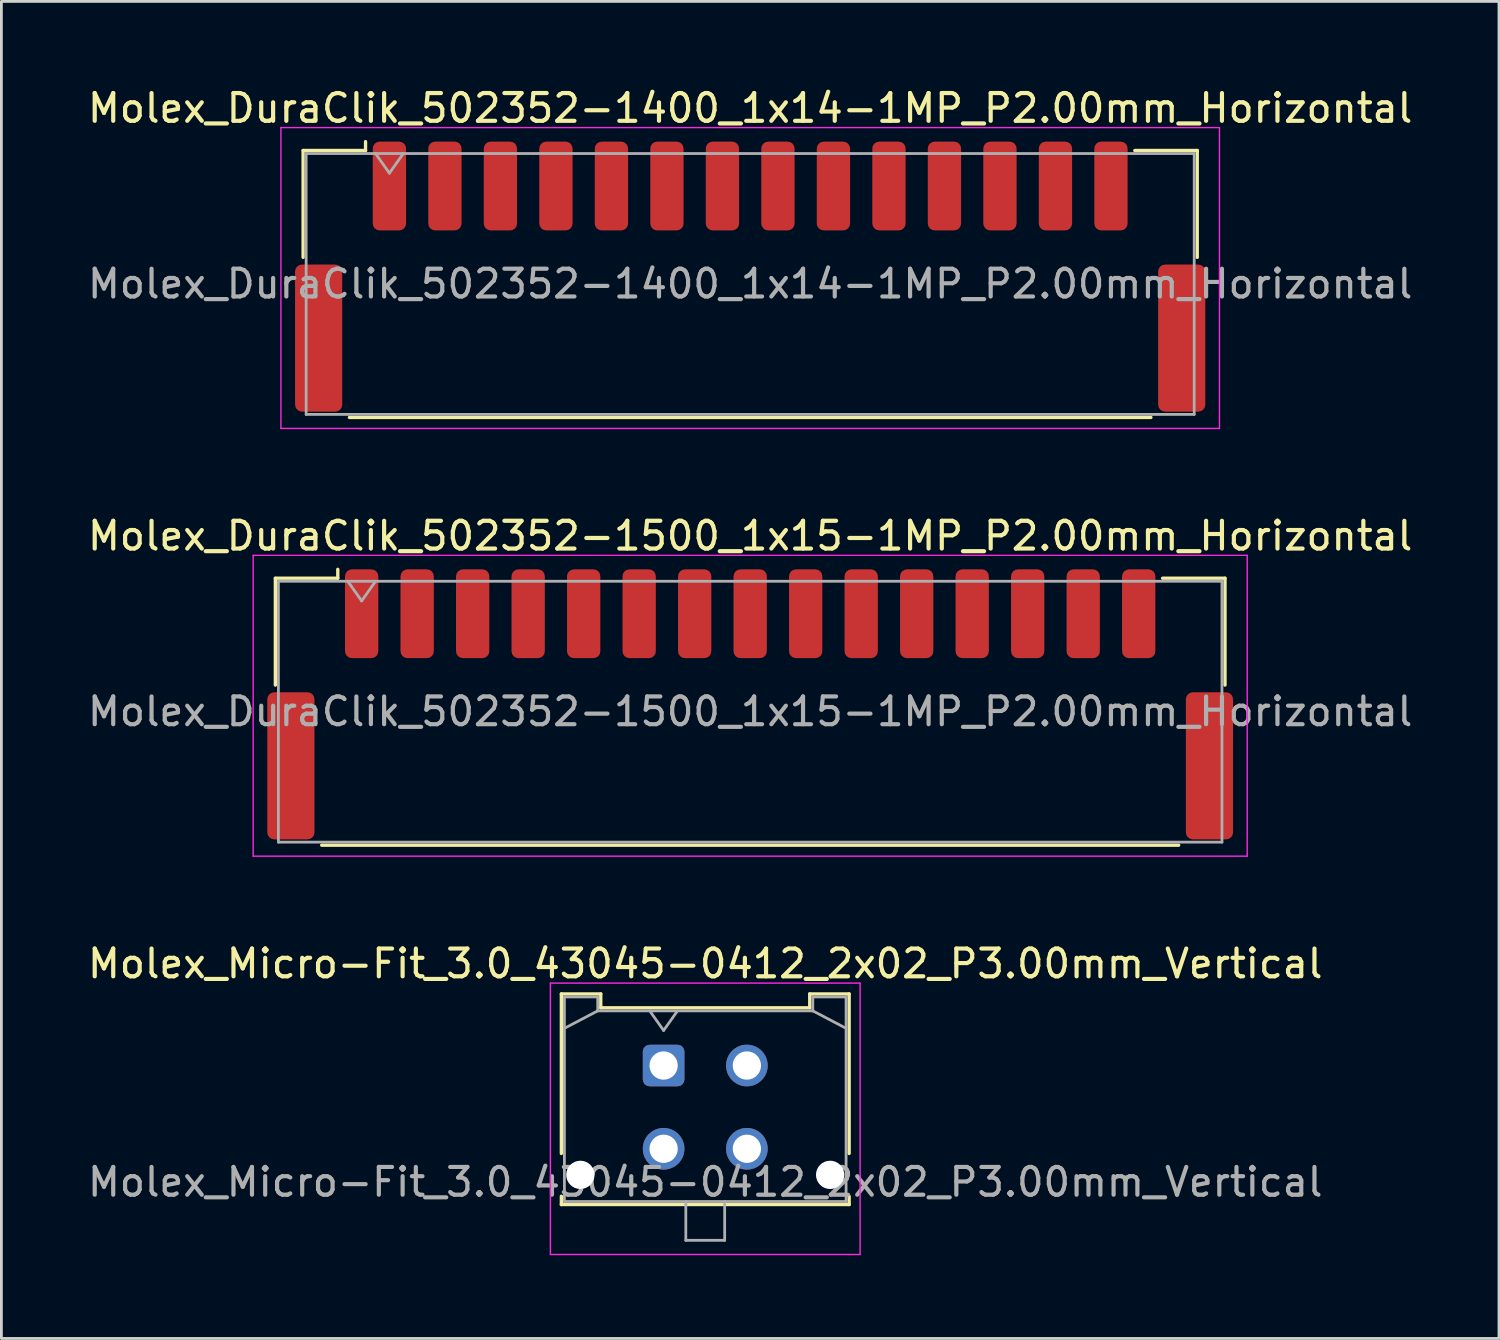
<source format=kicad_pcb>
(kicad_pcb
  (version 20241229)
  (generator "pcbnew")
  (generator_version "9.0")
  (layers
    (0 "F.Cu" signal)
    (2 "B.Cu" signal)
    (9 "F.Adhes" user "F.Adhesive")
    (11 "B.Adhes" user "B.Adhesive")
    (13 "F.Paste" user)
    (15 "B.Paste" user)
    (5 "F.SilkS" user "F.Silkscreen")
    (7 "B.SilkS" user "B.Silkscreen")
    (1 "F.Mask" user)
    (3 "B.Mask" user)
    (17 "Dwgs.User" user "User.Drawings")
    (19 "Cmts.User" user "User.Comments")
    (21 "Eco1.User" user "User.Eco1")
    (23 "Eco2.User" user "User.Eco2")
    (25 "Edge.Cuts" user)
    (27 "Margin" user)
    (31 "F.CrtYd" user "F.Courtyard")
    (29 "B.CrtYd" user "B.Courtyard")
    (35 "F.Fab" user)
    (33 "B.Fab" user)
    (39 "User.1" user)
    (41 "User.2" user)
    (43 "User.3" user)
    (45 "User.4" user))
  (footprint "Molex_DuraClik_502352-1400_1x14-1MP_P2.00mm_Horizontal"
    (layer "F.Cu")
    (at 23.982 6.918)
    (property "Reference" "Molex_DuraClik_502352-1400_1x14-1MP_P2.00mm_Horizontal" (at 0 -6.07 0) (layer "F.SilkS") (effects (font (size 1 1) (thickness 0.15))))
    (attr smd)
    (fp_line (start -16.11 -4.545) (end -13.86 -4.545) (stroke (width 0.12) (type solid)) (layer "F.SilkS"))
    (fp_line (start -16.11 -0.695) (end -16.11 -4.545) (stroke (width 0.12) (type solid)) (layer "F.SilkS"))
    (fp_line (start -14.44 5.075) (end 14.44 5.075) (stroke (width 0.12) (type solid)) (layer "F.SilkS"))
    (fp_line (start -13.86 -4.545) (end -13.86 -4.865) (stroke (width 0.12) (type solid)) (layer "F.SilkS"))
    (fp_line (start 16.11 -4.545) (end 13.86 -4.545) (stroke (width 0.12) (type solid)) (layer "F.SilkS"))
    (fp_line (start 16.11 -0.695) (end 16.11 -4.545) (stroke (width 0.12) (type solid)) (layer "F.SilkS"))
    (fp_line (start -16.91 -5.37) (end -16.91 5.47) (stroke (width 0.05) (type solid)) (layer "F.CrtYd"))
    (fp_line (start -16.91 5.47) (end 16.91 5.47) (stroke (width 0.05) (type solid)) (layer "F.CrtYd"))
    (fp_line (start 16.91 -5.37) (end -16.91 -5.37) (stroke (width 0.05) (type solid)) (layer "F.CrtYd"))
    (fp_line (start 16.91 5.47) (end 16.91 -5.37) (stroke (width 0.05) (type solid)) (layer "F.CrtYd"))
    (fp_line (start -16 -4.435) (end -16 4.965) (stroke (width 0.1) (type solid)) (layer "F.Fab"))
    (fp_line (start -16 -4.435) (end 16 -4.435) (stroke (width 0.1) (type solid)) (layer "F.Fab"))
    (fp_line (start -16 4.965) (end 16 4.965) (stroke (width 0.1) (type solid)) (layer "F.Fab"))
    (fp_line (start -13.5 -4.435) (end -13 -3.728) (stroke (width 0.1) (type solid)) (layer "F.Fab"))
    (fp_line (start -13 -3.728) (end -12.5 -4.435) (stroke (width 0.1) (type solid)) (layer "F.Fab"))
    (fp_line (start 16 -4.435) (end 16 4.965) (stroke (width 0.1) (type solid)) (layer "F.Fab"))
    (fp_text user "${REFERENCE}" (at 0 0.26 0) (layer "F.Fab") (effects (font (size 1 1) (thickness 0.15))))
    (pad "1" smd roundrect (at -13 -3.265) (size 1.2 3.2) (layers "F.Cu" "F.Mask" "F.Paste") (roundrect_rratio 0.208))
    (pad "2" smd roundrect (at -11 -3.265) (size 1.2 3.2) (layers "F.Cu" "F.Mask" "F.Paste") (roundrect_rratio 0.208))
    (pad "3" smd roundrect (at -9 -3.265) (size 1.2 3.2) (layers "F.Cu" "F.Mask" "F.Paste") (roundrect_rratio 0.208))
    (pad "4" smd roundrect (at -7 -3.265) (size 1.2 3.2) (layers "F.Cu" "F.Mask" "F.Paste") (roundrect_rratio 0.208))
    (pad "5" smd roundrect (at -5 -3.265) (size 1.2 3.2) (layers "F.Cu" "F.Mask" "F.Paste") (roundrect_rratio 0.208))
    (pad "6" smd roundrect (at -3 -3.265) (size 1.2 3.2) (layers "F.Cu" "F.Mask" "F.Paste") (roundrect_rratio 0.208))
    (pad "7" smd roundrect (at -1 -3.265) (size 1.2 3.2) (layers "F.Cu" "F.Mask" "F.Paste") (roundrect_rratio 0.208))
    (pad "8" smd roundrect (at 1 -3.265) (size 1.2 3.2) (layers "F.Cu" "F.Mask" "F.Paste") (roundrect_rratio 0.208))
    (pad "9" smd roundrect (at 3 -3.265) (size 1.2 3.2) (layers "F.Cu" "F.Mask" "F.Paste") (roundrect_rratio 0.208))
    (pad "10" smd roundrect (at 5 -3.265) (size 1.2 3.2) (layers "F.Cu" "F.Mask" "F.Paste") (roundrect_rratio 0.208))
    (pad "11" smd roundrect (at 7 -3.265) (size 1.2 3.2) (layers "F.Cu" "F.Mask" "F.Paste") (roundrect_rratio 0.208))
    (pad "12" smd roundrect (at 9 -3.265) (size 1.2 3.2) (layers "F.Cu" "F.Mask" "F.Paste") (roundrect_rratio 0.208))
    (pad "13" smd roundrect (at 11 -3.265) (size 1.2 3.2) (layers "F.Cu" "F.Mask" "F.Paste") (roundrect_rratio 0.208))
    (pad "14" smd roundrect (at 13 -3.265) (size 1.2 3.2) (layers "F.Cu" "F.Mask" "F.Paste") (roundrect_rratio 0.208))
    (pad "MP" smd roundrect (at -15.55 2.215) (size 1.7 5.3) (layers "F.Cu" "F.Mask" "F.Paste") (roundrect_rratio 0.147))
    (pad "MP" smd roundrect (at 15.55 2.215) (size 1.7 5.3) (layers "F.Cu" "F.Mask" "F.Paste") (roundrect_rratio 0.147)))
  (footprint "Molex_DuraClik_502352-1500_1x15-1MP_P2.00mm_Horizontal"
    (layer "F.Cu")
    (at 23.982 22.331)
    (property "Reference" "Molex_DuraClik_502352-1500_1x15-1MP_P2.00mm_Horizontal" (at 0 -6.07 0) (layer "F.SilkS") (effects (font (size 1 1) (thickness 0.15))))
    (attr smd)
    (fp_line (start -17.11 -4.545) (end -14.86 -4.545) (stroke (width 0.12) (type solid)) (layer "F.SilkS"))
    (fp_line (start -17.11 -0.695) (end -17.11 -4.545) (stroke (width 0.12) (type solid)) (layer "F.SilkS"))
    (fp_line (start -15.44 5.075) (end 15.44 5.075) (stroke (width 0.12) (type solid)) (layer "F.SilkS"))
    (fp_line (start -14.86 -4.545) (end -14.86 -4.865) (stroke (width 0.12) (type solid)) (layer "F.SilkS"))
    (fp_line (start 17.11 -4.545) (end 14.86 -4.545) (stroke (width 0.12) (type solid)) (layer "F.SilkS"))
    (fp_line (start 17.11 -0.695) (end 17.11 -4.545) (stroke (width 0.12) (type solid)) (layer "F.SilkS"))
    (fp_line (start -17.91 -5.37) (end -17.91 5.47) (stroke (width 0.05) (type solid)) (layer "F.CrtYd"))
    (fp_line (start -17.91 5.47) (end 17.91 5.47) (stroke (width 0.05) (type solid)) (layer "F.CrtYd"))
    (fp_line (start 17.91 -5.37) (end -17.91 -5.37) (stroke (width 0.05) (type solid)) (layer "F.CrtYd"))
    (fp_line (start 17.91 5.47) (end 17.91 -5.37) (stroke (width 0.05) (type solid)) (layer "F.CrtYd"))
    (fp_line (start -17 -4.435) (end -17 4.965) (stroke (width 0.1) (type solid)) (layer "F.Fab"))
    (fp_line (start -17 -4.435) (end 17 -4.435) (stroke (width 0.1) (type solid)) (layer "F.Fab"))
    (fp_line (start -17 4.965) (end 17 4.965) (stroke (width 0.1) (type solid)) (layer "F.Fab"))
    (fp_line (start -14.5 -4.435) (end -14 -3.728) (stroke (width 0.1) (type solid)) (layer "F.Fab"))
    (fp_line (start -14 -3.728) (end -13.5 -4.435) (stroke (width 0.1) (type solid)) (layer "F.Fab"))
    (fp_line (start 17 -4.435) (end 17 4.965) (stroke (width 0.1) (type solid)) (layer "F.Fab"))
    (fp_text user "${REFERENCE}" (at 0 0.26 0) (layer "F.Fab") (effects (font (size 1 1) (thickness 0.15))))
    (pad "1" smd roundrect (at -14 -3.265) (size 1.2 3.2) (layers "F.Cu" "F.Mask" "F.Paste") (roundrect_rratio 0.208))
    (pad "2" smd roundrect (at -12 -3.265) (size 1.2 3.2) (layers "F.Cu" "F.Mask" "F.Paste") (roundrect_rratio 0.208))
    (pad "3" smd roundrect (at -10 -3.265) (size 1.2 3.2) (layers "F.Cu" "F.Mask" "F.Paste") (roundrect_rratio 0.208))
    (pad "4" smd roundrect (at -8 -3.265) (size 1.2 3.2) (layers "F.Cu" "F.Mask" "F.Paste") (roundrect_rratio 0.208))
    (pad "5" smd roundrect (at -6 -3.265) (size 1.2 3.2) (layers "F.Cu" "F.Mask" "F.Paste") (roundrect_rratio 0.208))
    (pad "6" smd roundrect (at -4 -3.265) (size 1.2 3.2) (layers "F.Cu" "F.Mask" "F.Paste") (roundrect_rratio 0.208))
    (pad "7" smd roundrect (at -2 -3.265) (size 1.2 3.2) (layers "F.Cu" "F.Mask" "F.Paste") (roundrect_rratio 0.208))
    (pad "8" smd roundrect (at 0 -3.265) (size 1.2 3.2) (layers "F.Cu" "F.Mask" "F.Paste") (roundrect_rratio 0.208))
    (pad "9" smd roundrect (at 2 -3.265) (size 1.2 3.2) (layers "F.Cu" "F.Mask" "F.Paste") (roundrect_rratio 0.208))
    (pad "10" smd roundrect (at 4 -3.265) (size 1.2 3.2) (layers "F.Cu" "F.Mask" "F.Paste") (roundrect_rratio 0.208))
    (pad "11" smd roundrect (at 6 -3.265) (size 1.2 3.2) (layers "F.Cu" "F.Mask" "F.Paste") (roundrect_rratio 0.208))
    (pad "12" smd roundrect (at 8 -3.265) (size 1.2 3.2) (layers "F.Cu" "F.Mask" "F.Paste") (roundrect_rratio 0.208))
    (pad "13" smd roundrect (at 10 -3.265) (size 1.2 3.2) (layers "F.Cu" "F.Mask" "F.Paste") (roundrect_rratio 0.208))
    (pad "14" smd roundrect (at 12 -3.265) (size 1.2 3.2) (layers "F.Cu" "F.Mask" "F.Paste") (roundrect_rratio 0.208))
    (pad "15" smd roundrect (at 14 -3.265) (size 1.2 3.2) (layers "F.Cu" "F.Mask" "F.Paste") (roundrect_rratio 0.208))
    (pad "MP" smd roundrect (at -16.55 2.215) (size 1.7 5.3) (layers "F.Cu" "F.Mask" "F.Paste") (roundrect_rratio 0.147))
    (pad "MP" smd roundrect (at 16.55 2.215) (size 1.7 5.3) (layers "F.Cu" "F.Mask" "F.Paste") (roundrect_rratio 0.147)))
  (footprint "Molex_Micro-Fit_3.0_43045-0412_2x02_P3.00mm_Vertical"
    (layer "F.Cu")
    (at 20.863 35.345)
    (property "Reference" "Molex_Micro-Fit_3.0_43045-0412_2x02_P3.00mm_Vertical" (at 1.5 -3.67 0) (layer "F.SilkS") (effects (font (size 1 1) (thickness 0.15))))
    (attr through_hole)
    (fp_line (start -3.685 -2.58) (end -2.265 -2.58) (stroke (width 0.12) (type solid)) (layer "F.SilkS"))
    (fp_line (start -3.685 3.17) (end -3.685 -2.58) (stroke (width 0.12) (type solid)) (layer "F.SilkS"))
    (fp_line (start -3.685 4.71) (end -3.685 5.01) (stroke (width 0.12) (type solid)) (layer "F.SilkS"))
    (fp_line (start -3.685 5.01) (end 6.685 5.01) (stroke (width 0.12) (type solid)) (layer "F.SilkS"))
    (fp_line (start -2.265 -2.58) (end -2.265 -2.08) (stroke (width 0.12) (type solid)) (layer "F.SilkS"))
    (fp_line (start -2.265 -2.08) (end 5.265 -2.08) (stroke (width 0.12) (type solid)) (layer "F.SilkS"))
    (fp_line (start 5.265 -2.58) (end 6.685 -2.58) (stroke (width 0.12) (type solid)) (layer "F.SilkS"))
    (fp_line (start 5.265 -2.08) (end 5.265 -2.58) (stroke (width 0.12) (type solid)) (layer "F.SilkS"))
    (fp_line (start 6.685 -2.58) (end 6.685 3.17) (stroke (width 0.12) (type solid)) (layer "F.SilkS"))
    (fp_line (start 6.685 5.01) (end 6.685 4.71) (stroke (width 0.12) (type solid)) (layer "F.SilkS"))
    (fp_line (start -4.08 -2.97) (end 7.08 -2.97) (stroke (width 0.05) (type solid)) (layer "F.CrtYd"))
    (fp_line (start -4.08 6.81) (end -4.08 -2.97) (stroke (width 0.05) (type solid)) (layer "F.CrtYd"))
    (fp_line (start 7.08 -2.97) (end 7.08 6.81) (stroke (width 0.05) (type solid)) (layer "F.CrtYd"))
    (fp_line (start 7.08 6.81) (end -4.08 6.81) (stroke (width 0.05) (type solid)) (layer "F.CrtYd"))
    (fp_line (start -3.575 -2.47) (end -3.575 4.9) (stroke (width 0.1) (type solid)) (layer "F.Fab"))
    (fp_line (start -3.575 -1.34) (end -2.375 -1.97) (stroke (width 0.1) (type solid)) (layer "F.Fab"))
    (fp_line (start -3.575 4.9) (end 6.575 4.9) (stroke (width 0.1) (type solid)) (layer "F.Fab"))
    (fp_line (start -2.375 -2.47) (end -3.575 -2.47) (stroke (width 0.1) (type solid)) (layer "F.Fab"))
    (fp_line (start -2.375 -1.97) (end -2.375 -2.47) (stroke (width 0.1) (type solid)) (layer "F.Fab"))
    (fp_line (start -0.5 -1.97) (end 0 -1.263) (stroke (width 0.1) (type solid)) (layer "F.Fab"))
    (fp_line (start 0 -1.263) (end 0.5 -1.97) (stroke (width 0.1) (type solid)) (layer "F.Fab"))
    (fp_line (start 0.8 4.9) (end 0.8 6.3) (stroke (width 0.1) (type solid)) (layer "F.Fab"))
    (fp_line (start 0.8 6.3) (end 2.2 6.3) (stroke (width 0.1) (type solid)) (layer "F.Fab"))
    (fp_line (start 2.2 6.3) (end 2.2 4.9) (stroke (width 0.1) (type solid)) (layer "F.Fab"))
    (fp_line (start 5.375 -2.47) (end 5.375 -1.97) (stroke (width 0.1) (type solid)) (layer "F.Fab"))
    (fp_line (start 5.375 -1.97) (end -2.375 -1.97) (stroke (width 0.1) (type solid)) (layer "F.Fab"))
    (fp_line (start 6.575 -2.47) (end 5.375 -2.47) (stroke (width 0.1) (type solid)) (layer "F.Fab"))
    (fp_line (start 6.575 -1.34) (end 5.375 -1.97) (stroke (width 0.1) (type solid)) (layer "F.Fab"))
    (fp_line (start 6.575 4.9) (end 6.575 -2.47) (stroke (width 0.1) (type solid)) (layer "F.Fab"))
    (fp_text user "${REFERENCE}" (at 1.5 4.2 0) (layer "F.Fab") (effects (font (size 1 1) (thickness 0.15))))
    (pad "" np_thru_hole circle (at -3 3.94) (size 1.02 1.02) (drill 1.02) (layers "*.Cu" "*.Mask"))
    (pad "" np_thru_hole circle (at 6 3.94) (size 1.02 1.02) (drill 1.02) (layers "*.Cu" "*.Mask"))
    (pad "1" thru_hole roundrect (at 0 0) (size 1.5 1.5) (drill 1.02) (layers "*.Cu" "*.Mask") (roundrect_rratio 0.167))
    (pad "2" thru_hole circle (at 3 0) (size 1.5 1.5) (drill 1.02) (layers "*.Cu" "*.Mask"))
    (pad "3" thru_hole circle (at 0 3) (size 1.5 1.5) (drill 1.02) (layers "*.Cu" "*.Mask"))
    (pad "4" thru_hole circle (at 3 3) (size 1.5 1.5) (drill 1.02) (layers "*.Cu" "*.Mask")))
  (gr_rect
    (start -3 -3)
    (end 50.964 45.18)
    (stroke (width 0.1) (type default))
    (fill no)
    (layer "Edge.Cuts")))
</source>
